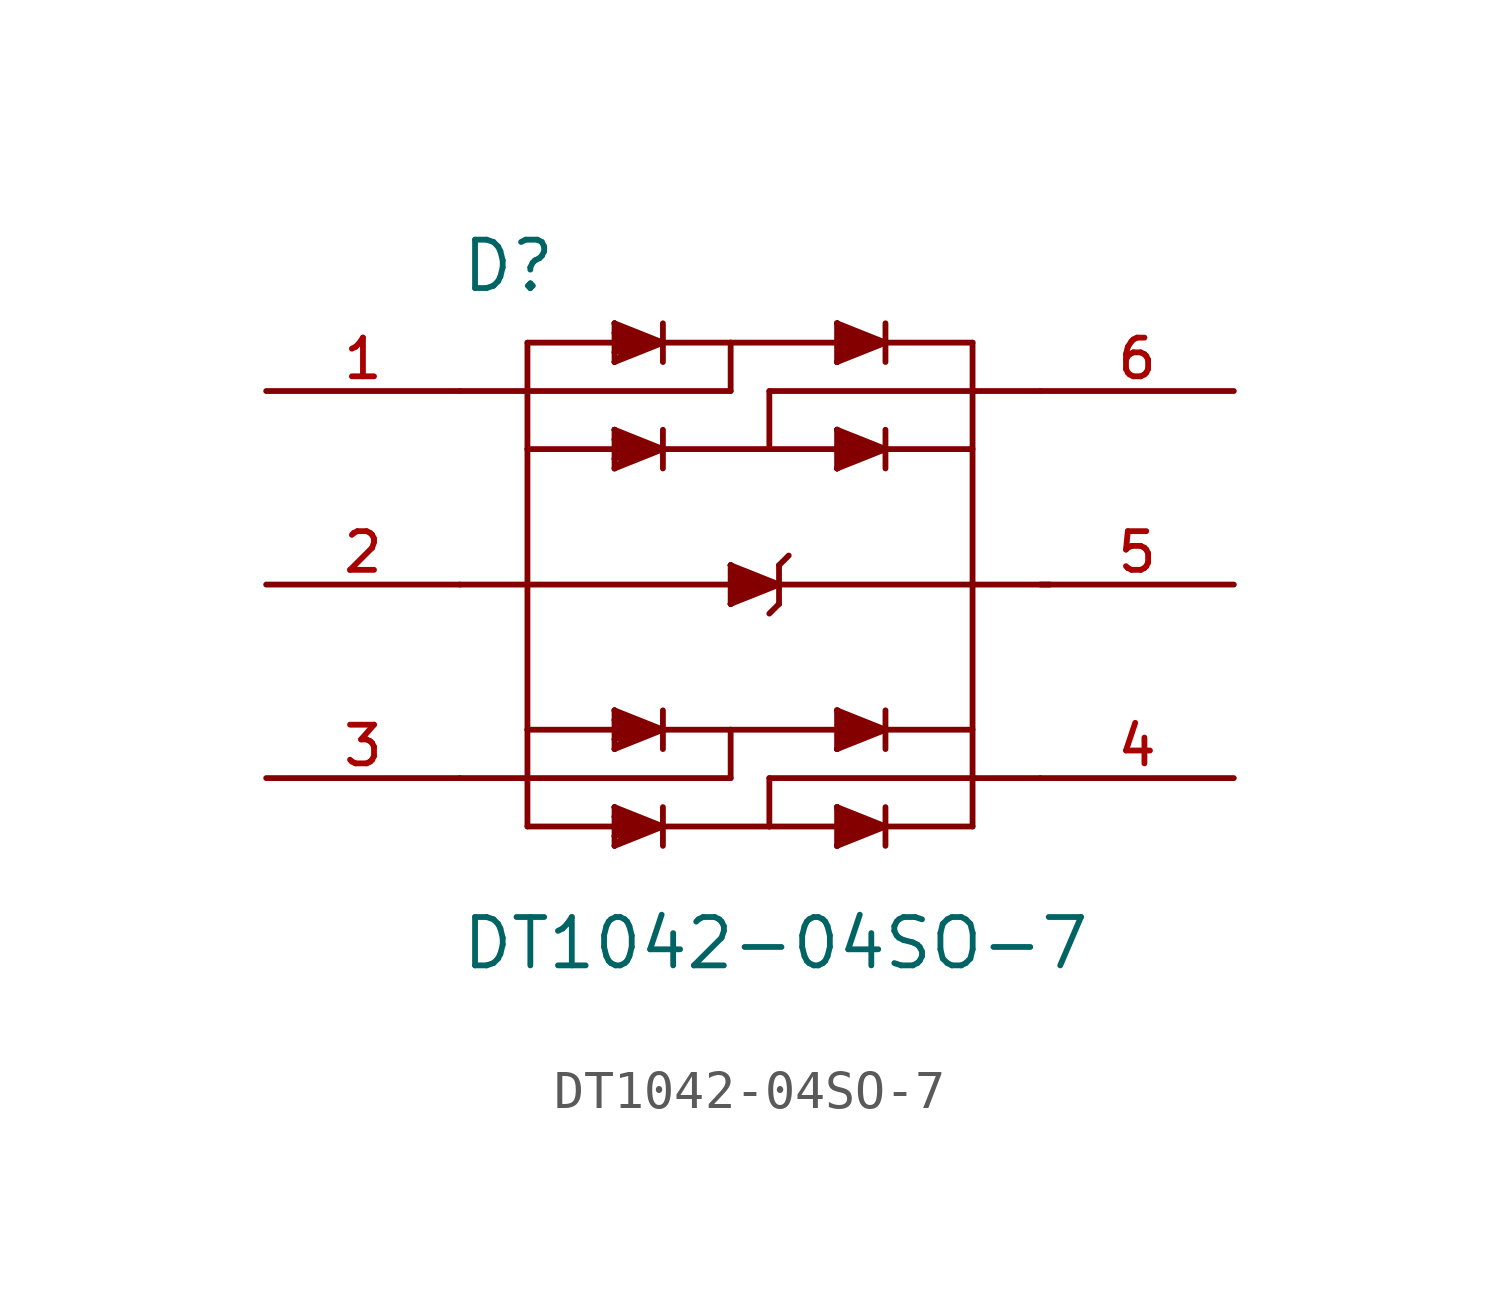
<source format=kicad_sym>
(kicad_symbol_lib
  (version 20211014)
  (generator kicad_symbol_editor)
  (symbol "DT1042-04SO-7"
    (pin_names
      (offset 1.016))
    (property "Reference" "D"
      (at -7.62 7.62 0)
      (effects (font (size 1.27 1.27)) (justify bottom left)))
    (property "Value" "DT1042-04SO-7"
      (at -7.62 -10.16 0)
      (effects (font (size 1.27 1.27)) (justify bottom left)))
    (symbol "DT1042-04SO-7_0_0"
      (polyline (pts (xy -5.842 6.35) (xy -3.556 6.35)) (stroke (width 0.152)))
      (polyline (pts (xy -3.556 6.35) (xy -3.048 6.35)) (stroke (width 0.152)))
      (polyline (pts (xy -3.048 6.35) (xy -2.794 6.35)) (stroke (width 0.152)))
      (polyline (pts (xy -2.794 6.35) (xy -2.54 6.35)) (stroke (width 0.152)))
      (polyline (pts (xy -2.54 6.35) (xy -2.286 6.35)) (stroke (width 0.152)))
      (polyline (pts (xy -2.286 6.35) (xy -0.508 6.35)) (stroke (width 0.152)))
      (polyline (pts (xy -0.508 6.35) (xy 2.794 6.35)) (stroke (width 0.152)))
      (polyline (pts (xy 2.794 6.35) (xy 3.048 6.35)) (stroke (width 0.152)))
      (polyline (pts (xy 3.048 6.35) (xy 3.302 6.35)) (stroke (width 0.152)))
      (polyline (pts (xy 3.302 6.35) (xy 3.556 6.35)) (stroke (width 0.152)))
      (polyline (pts (xy 3.556 6.35) (xy 5.842 6.35)) (stroke (width 0.152)))
      (polyline (pts (xy 5.842 -6.35) (xy 0.508 -6.35)) (stroke (width 0.152)))
      (polyline (pts (xy 0.508 -6.35) (xy -5.842 -6.35)) (stroke (width 0.152)))
      (polyline (pts (xy -5.842 -6.35) (xy -5.842 -3.81)) (stroke (width 0.152)))
      (polyline (pts (xy -5.842 -3.81) (xy -5.842 0.0)) (stroke (width 0.152)))
      (polyline (pts (xy -5.842 0.0) (xy -5.842 3.556)) (stroke (width 0.152)))
      (polyline (pts (xy -5.842 3.556) (xy -5.842 6.35)) (stroke (width 0.152)))
      (polyline (pts (xy -5.842 0.0) (xy -7.62 0.0)) (stroke (width 0.152)))
      (polyline (pts (xy -5.842 0.0) (xy 7.874 0.0)) (stroke (width 0.152)))
      (polyline (pts (xy -5.842 3.556) (xy 0.508 3.556)) (stroke (width 0.152)))
      (polyline (pts (xy 0.508 3.556) (xy 5.842 3.556)) (stroke (width 0.152)))
      (polyline (pts (xy -5.842 -3.81) (xy -0.508 -3.81)) (stroke (width 0.152)))
      (polyline (pts (xy -0.508 -3.81) (xy 5.842 -3.81)) (stroke (width 0.152)))
      (polyline (pts (xy -3.556 6.858) (xy -3.556 6.604)) (stroke (width 0.152)))
      (polyline (pts (xy -3.556 6.604) (xy -3.556 6.35)) (stroke (width 0.152)))
      (polyline (pts (xy -3.556 6.35) (xy -3.556 6.096)) (stroke (width 0.152)))
      (polyline (pts (xy -3.556 5.842) (xy -2.286 6.35)) (stroke (width 0.152)))
      (polyline (pts (xy -2.286 6.35) (xy -3.556 6.858)) (stroke (width 0.152)))
      (polyline (pts (xy -2.286 6.858) (xy -2.286 5.842)) (stroke (width 0.152)))
      (polyline (pts (xy -7.62 5.08) (xy -0.508 5.08)) (stroke (width 0.152)))
      (polyline (pts (xy -0.508 5.08) (xy -0.508 6.35)) (stroke (width 0.152)))
      (polyline (pts (xy 0.508 3.556) (xy 0.508 5.08)) (stroke (width 0.152)))
      (polyline (pts (xy 0.508 5.08) (xy 7.62 5.08)) (stroke (width 0.152)))
      (polyline (pts (xy -7.62 -5.08) (xy -0.508 -5.08)) (stroke (width 0.152)))
      (polyline (pts (xy -0.508 -5.08) (xy -0.508 -3.81)) (stroke (width 0.152)))
      (polyline (pts (xy 0.508 -5.08) (xy 7.62 -5.08)) (stroke (width 0.152)))
      (polyline (pts (xy 0.508 -5.08) (xy 0.508 -6.35)) (stroke (width 0.152)))
      (polyline (pts (xy 2.286 6.858) (xy 2.286 5.842)) (stroke (width 0.152)))
      (polyline (pts (xy 2.286 5.842) (xy 3.556 6.35)) (stroke (width 0.152)))
      (polyline (pts (xy 3.556 6.35) (xy 2.286 6.858)) (stroke (width 0.152)))
      (polyline (pts (xy 3.556 6.858) (xy 3.556 5.842)) (stroke (width 0.152)))
      (polyline (pts (xy -3.556 6.604) (xy -3.302 6.604)) (stroke (width 0.152)))
      (polyline (pts (xy -3.302 6.604) (xy -3.048 6.604)) (stroke (width 0.152)))
      (polyline (pts (xy -3.048 6.604) (xy -2.54 6.35)) (stroke (width 0.152)))
      (polyline (pts (xy -2.54 6.35) (xy -3.302 6.096)) (stroke (width 0.152)))
      (polyline (pts (xy -3.302 6.096) (xy -3.302 6.604)) (stroke (width 0.152)))
      (polyline (pts (xy -3.302 6.604) (xy -2.794 6.35)) (stroke (width 0.152)))
      (polyline (pts (xy -2.794 6.35) (xy -3.556 6.096)) (stroke (width 0.152)))
      (polyline (pts (xy -3.556 6.096) (xy -3.556 5.842)) (stroke (width 0.152)))
      (polyline (pts (xy -3.556 5.842) (xy -3.302 6.096)) (stroke (width 0.152)))
      (polyline (pts (xy -3.302 6.096) (xy -3.048 6.35)) (stroke (width 0.152)))
      (polyline (pts (xy -3.048 6.35) (xy -3.556 6.858)) (stroke (width 0.152)))
      (polyline (pts (xy -3.556 6.858) (xy -3.302 6.096)) (stroke (width 0.152)))
      (polyline (pts (xy -3.302 6.096) (xy -3.556 6.35)) (stroke (width 0.152)))
      (polyline (pts (xy 2.286 6.858) (xy 2.54 6.096)) (stroke (width 0.152)))
      (polyline (pts (xy 2.54 6.096) (xy 2.794 6.604)) (stroke (width 0.152)))
      (polyline (pts (xy 2.794 6.604) (xy 3.302 6.35)) (stroke (width 0.152)))
      (polyline (pts (xy 3.302 6.35) (xy 2.794 6.096)) (stroke (width 0.152)))
      (polyline (pts (xy 2.794 6.096) (xy 2.54 6.604)) (stroke (width 0.152)))
      (polyline (pts (xy 2.54 6.604) (xy 2.286 5.842)) (stroke (width 0.152)))
      (polyline (pts (xy 2.286 5.842) (xy 3.048 6.35)) (stroke (width 0.152)))
      (polyline (pts (xy 3.048 6.35) (xy 2.286 6.858)) (stroke (width 0.152)))
      (polyline (pts (xy 2.286 6.858) (xy 2.794 6.35)) (stroke (width 0.152)))
      (polyline (pts (xy 2.794 6.35) (xy 2.286 5.842)) (stroke (width 0.152)))
      (polyline (pts (xy -3.556 3.556) (xy -3.048 3.556)) (stroke (width 0.152)))
      (polyline (pts (xy -3.048 3.556) (xy -2.794 3.556)) (stroke (width 0.152)))
      (polyline (pts (xy -2.794 3.556) (xy -2.54 3.556)) (stroke (width 0.152)))
      (polyline (pts (xy -2.54 3.556) (xy -2.286 3.556)) (stroke (width 0.152)))
      (polyline (pts (xy 2.794 3.556) (xy 3.048 3.556)) (stroke (width 0.152)))
      (polyline (pts (xy 3.048 3.556) (xy 3.302 3.556)) (stroke (width 0.152)))
      (polyline (pts (xy 3.302 3.556) (xy 3.556 3.556)) (stroke (width 0.152)))
      (polyline (pts (xy -3.556 4.064) (xy -3.556 3.81)) (stroke (width 0.152)))
      (polyline (pts (xy -3.556 3.81) (xy -3.556 3.556)) (stroke (width 0.152)))
      (polyline (pts (xy -3.556 3.556) (xy -3.556 3.302)) (stroke (width 0.152)))
      (polyline (pts (xy -3.556 3.048) (xy -2.286 3.556)) (stroke (width 0.152)))
      (polyline (pts (xy -2.286 3.556) (xy -3.556 4.064)) (stroke (width 0.152)))
      (polyline (pts (xy -2.286 4.064) (xy -2.286 3.048)) (stroke (width 0.152)))
      (polyline (pts (xy 2.286 4.064) (xy 2.286 3.048)) (stroke (width 0.152)))
      (polyline (pts (xy 2.286 3.048) (xy 3.556 3.556)) (stroke (width 0.152)))
      (polyline (pts (xy 3.556 3.556) (xy 2.286 4.064)) (stroke (width 0.152)))
      (polyline (pts (xy 3.556 4.064) (xy 3.556 3.048)) (stroke (width 0.152)))
      (polyline (pts (xy -3.556 3.81) (xy -3.302 3.81)) (stroke (width 0.152)))
      (polyline (pts (xy -3.302 3.81) (xy -3.048 3.81)) (stroke (width 0.152)))
      (polyline (pts (xy -3.048 3.81) (xy -2.54 3.556)) (stroke (width 0.152)))
      (polyline (pts (xy -2.54 3.556) (xy -3.302 3.302)) (stroke (width 0.152)))
      (polyline (pts (xy -3.302 3.302) (xy -3.302 3.81)) (stroke (width 0.152)))
      (polyline (pts (xy -3.302 3.81) (xy -2.794 3.556)) (stroke (width 0.152)))
      (polyline (pts (xy -2.794 3.556) (xy -3.556 3.302)) (stroke (width 0.152)))
      (polyline (pts (xy -3.556 3.302) (xy -3.556 3.048)) (stroke (width 0.152)))
      (polyline (pts (xy -3.556 3.048) (xy -3.302 3.302)) (stroke (width 0.152)))
      (polyline (pts (xy -3.302 3.302) (xy -3.048 3.556)) (stroke (width 0.152)))
      (polyline (pts (xy -3.048 3.556) (xy -3.556 4.064)) (stroke (width 0.152)))
      (polyline (pts (xy -3.556 4.064) (xy -3.302 3.302)) (stroke (width 0.152)))
      (polyline (pts (xy -3.302 3.302) (xy -3.556 3.556)) (stroke (width 0.152)))
      (polyline (pts (xy 2.286 4.064) (xy 2.54 3.302)) (stroke (width 0.152)))
      (polyline (pts (xy 2.54 3.302) (xy 2.794 3.81)) (stroke (width 0.152)))
      (polyline (pts (xy 2.794 3.81) (xy 3.302 3.556)) (stroke (width 0.152)))
      (polyline (pts (xy 3.302 3.556) (xy 2.794 3.302)) (stroke (width 0.152)))
      (polyline (pts (xy 2.794 3.302) (xy 2.54 3.81)) (stroke (width 0.152)))
      (polyline (pts (xy 2.54 3.81) (xy 2.286 3.048)) (stroke (width 0.152)))
      (polyline (pts (xy 2.286 3.048) (xy 3.048 3.556)) (stroke (width 0.152)))
      (polyline (pts (xy 3.048 3.556) (xy 2.286 4.064)) (stroke (width 0.152)))
      (polyline (pts (xy 2.286 4.064) (xy 2.794 3.556)) (stroke (width 0.152)))
      (polyline (pts (xy 2.794 3.556) (xy 2.286 3.048)) (stroke (width 0.152)))
      (polyline (pts (xy -3.556 -3.81) (xy -3.048 -3.81)) (stroke (width 0.152)))
      (polyline (pts (xy -3.048 -3.81) (xy -2.794 -3.81)) (stroke (width 0.152)))
      (polyline (pts (xy -2.794 -3.81) (xy -2.54 -3.81)) (stroke (width 0.152)))
      (polyline (pts (xy -2.54 -3.81) (xy -2.286 -3.81)) (stroke (width 0.152)))
      (polyline (pts (xy 2.794 -3.81) (xy 3.048 -3.81)) (stroke (width 0.152)))
      (polyline (pts (xy 3.048 -3.81) (xy 3.302 -3.81)) (stroke (width 0.152)))
      (polyline (pts (xy 3.302 -3.81) (xy 3.556 -3.81)) (stroke (width 0.152)))
      (polyline (pts (xy -3.556 -3.302) (xy -3.556 -3.556)) (stroke (width 0.152)))
      (polyline (pts (xy -3.556 -3.556) (xy -3.556 -3.81)) (stroke (width 0.152)))
      (polyline (pts (xy -3.556 -3.81) (xy -3.556 -4.064)) (stroke (width 0.152)))
      (polyline (pts (xy -3.556 -4.318) (xy -2.286 -3.81)) (stroke (width 0.152)))
      (polyline (pts (xy -2.286 -3.81) (xy -3.556 -3.302)) (stroke (width 0.152)))
      (polyline (pts (xy -2.286 -3.302) (xy -2.286 -4.318)) (stroke (width 0.152)))
      (polyline (pts (xy 2.286 -3.302) (xy 2.286 -4.318)) (stroke (width 0.152)))
      (polyline (pts (xy 2.286 -4.318) (xy 3.556 -3.81)) (stroke (width 0.152)))
      (polyline (pts (xy 3.556 -3.81) (xy 2.286 -3.302)) (stroke (width 0.152)))
      (polyline (pts (xy 3.556 -3.302) (xy 3.556 -4.318)) (stroke (width 0.152)))
      (polyline (pts (xy -3.556 -3.556) (xy -3.302 -3.556)) (stroke (width 0.152)))
      (polyline (pts (xy -3.302 -3.556) (xy -3.048 -3.556)) (stroke (width 0.152)))
      (polyline (pts (xy -3.048 -3.556) (xy -2.54 -3.81)) (stroke (width 0.152)))
      (polyline (pts (xy -2.54 -3.81) (xy -3.302 -4.064)) (stroke (width 0.152)))
      (polyline (pts (xy -3.302 -4.064) (xy -3.302 -3.556)) (stroke (width 0.152)))
      (polyline (pts (xy -3.302 -3.556) (xy -2.794 -3.81)) (stroke (width 0.152)))
      (polyline (pts (xy -2.794 -3.81) (xy -3.556 -4.064)) (stroke (width 0.152)))
      (polyline (pts (xy -3.556 -4.064) (xy -3.556 -4.318)) (stroke (width 0.152)))
      (polyline (pts (xy -3.556 -4.318) (xy -3.302 -4.064)) (stroke (width 0.152)))
      (polyline (pts (xy -3.302 -4.064) (xy -3.048 -3.81)) (stroke (width 0.152)))
      (polyline (pts (xy -3.048 -3.81) (xy -3.556 -3.302)) (stroke (width 0.152)))
      (polyline (pts (xy -3.556 -3.302) (xy -3.302 -4.064)) (stroke (width 0.152)))
      (polyline (pts (xy -3.302 -4.064) (xy -3.556 -3.81)) (stroke (width 0.152)))
      (polyline (pts (xy 2.286 -3.302) (xy 2.54 -4.064)) (stroke (width 0.152)))
      (polyline (pts (xy 2.54 -4.064) (xy 2.794 -3.556)) (stroke (width 0.152)))
      (polyline (pts (xy 2.794 -3.556) (xy 3.302 -3.81)) (stroke (width 0.152)))
      (polyline (pts (xy 3.302 -3.81) (xy 2.794 -4.064)) (stroke (width 0.152)))
      (polyline (pts (xy 2.794 -4.064) (xy 2.54 -3.556)) (stroke (width 0.152)))
      (polyline (pts (xy 2.54 -3.556) (xy 2.286 -4.318)) (stroke (width 0.152)))
      (polyline (pts (xy 2.286 -4.318) (xy 3.048 -3.81)) (stroke (width 0.152)))
      (polyline (pts (xy 3.048 -3.81) (xy 2.286 -3.302)) (stroke (width 0.152)))
      (polyline (pts (xy 2.286 -3.302) (xy 2.794 -3.81)) (stroke (width 0.152)))
      (polyline (pts (xy 2.794 -3.81) (xy 2.286 -4.318)) (stroke (width 0.152)))
      (polyline (pts (xy -3.556 -6.35) (xy -3.048 -6.35)) (stroke (width 0.152)))
      (polyline (pts (xy -3.048 -6.35) (xy -2.794 -6.35)) (stroke (width 0.152)))
      (polyline (pts (xy -2.794 -6.35) (xy -2.54 -6.35)) (stroke (width 0.152)))
      (polyline (pts (xy -2.54 -6.35) (xy -2.286 -6.35)) (stroke (width 0.152)))
      (polyline (pts (xy 2.794 -6.35) (xy 3.048 -6.35)) (stroke (width 0.152)))
      (polyline (pts (xy 3.048 -6.35) (xy 3.302 -6.35)) (stroke (width 0.152)))
      (polyline (pts (xy 3.302 -6.35) (xy 3.556 -6.35)) (stroke (width 0.152)))
      (polyline (pts (xy -3.556 -5.842) (xy -3.556 -6.096)) (stroke (width 0.152)))
      (polyline (pts (xy -3.556 -6.096) (xy -3.556 -6.35)) (stroke (width 0.152)))
      (polyline (pts (xy -3.556 -6.35) (xy -3.556 -6.604)) (stroke (width 0.152)))
      (polyline (pts (xy -3.556 -6.858) (xy -2.286 -6.35)) (stroke (width 0.152)))
      (polyline (pts (xy -2.286 -6.35) (xy -3.556 -5.842)) (stroke (width 0.152)))
      (polyline (pts (xy -2.286 -5.842) (xy -2.286 -6.858)) (stroke (width 0.152)))
      (polyline (pts (xy 2.286 -5.842) (xy 2.286 -6.858)) (stroke (width 0.152)))
      (polyline (pts (xy 2.286 -6.858) (xy 3.556 -6.35)) (stroke (width 0.152)))
      (polyline (pts (xy 3.556 -6.35) (xy 2.286 -5.842)) (stroke (width 0.152)))
      (polyline (pts (xy 3.556 -5.842) (xy 3.556 -6.858)) (stroke (width 0.152)))
      (polyline (pts (xy -3.556 -6.096) (xy -3.302 -6.096)) (stroke (width 0.152)))
      (polyline (pts (xy -3.302 -6.096) (xy -3.048 -6.096)) (stroke (width 0.152)))
      (polyline (pts (xy -3.048 -6.096) (xy -2.54 -6.35)) (stroke (width 0.152)))
      (polyline (pts (xy -2.54 -6.35) (xy -3.302 -6.604)) (stroke (width 0.152)))
      (polyline (pts (xy -3.302 -6.604) (xy -3.302 -6.096)) (stroke (width 0.152)))
      (polyline (pts (xy -3.302 -6.096) (xy -2.794 -6.35)) (stroke (width 0.152)))
      (polyline (pts (xy -2.794 -6.35) (xy -3.556 -6.604)) (stroke (width 0.152)))
      (polyline (pts (xy -3.556 -6.604) (xy -3.556 -6.858)) (stroke (width 0.152)))
      (polyline (pts (xy -3.556 -6.858) (xy -3.302 -6.604)) (stroke (width 0.152)))
      (polyline (pts (xy -3.302 -6.604) (xy -3.048 -6.35)) (stroke (width 0.152)))
      (polyline (pts (xy -3.048 -6.35) (xy -3.556 -5.842)) (stroke (width 0.152)))
      (polyline (pts (xy -3.556 -5.842) (xy -3.302 -6.604)) (stroke (width 0.152)))
      (polyline (pts (xy -3.302 -6.604) (xy -3.556 -6.35)) (stroke (width 0.152)))
      (polyline (pts (xy 2.286 -5.842) (xy 2.54 -6.604)) (stroke (width 0.152)))
      (polyline (pts (xy 2.54 -6.604) (xy 2.794 -6.096)) (stroke (width 0.152)))
      (polyline (pts (xy 2.794 -6.096) (xy 3.302 -6.35)) (stroke (width 0.152)))
      (polyline (pts (xy 3.302 -6.35) (xy 2.794 -6.604)) (stroke (width 0.152)))
      (polyline (pts (xy 2.794 -6.604) (xy 2.54 -6.096)) (stroke (width 0.152)))
      (polyline (pts (xy 2.54 -6.096) (xy 2.286 -6.858)) (stroke (width 0.152)))
      (polyline (pts (xy 2.286 -6.858) (xy 3.048 -6.35)) (stroke (width 0.152)))
      (polyline (pts (xy 3.048 -6.35) (xy 2.286 -5.842)) (stroke (width 0.152)))
      (polyline (pts (xy 2.286 -5.842) (xy 2.794 -6.35)) (stroke (width 0.152)))
      (polyline (pts (xy 2.794 -6.35) (xy 2.286 -6.858)) (stroke (width 0.152)))
      (polyline (pts (xy 0.0 0.0) (xy 0.254 0.0)) (stroke (width 0.152)))
      (polyline (pts (xy 0.254 0.0) (xy 0.508 0.0)) (stroke (width 0.152)))
      (polyline (pts (xy 0.508 0.0) (xy 0.762 0.0)) (stroke (width 0.152)))
      (polyline (pts (xy -0.508 0.508) (xy -0.508 -0.508)) (stroke (width 0.152)))
      (polyline (pts (xy -0.508 -0.508) (xy 0.762 0.0)) (stroke (width 0.152)))
      (polyline (pts (xy 0.762 0.0) (xy -0.508 0.508)) (stroke (width 0.152)))
      (polyline (pts (xy 0.762 0.508) (xy 0.762 -0.508)) (stroke (width 0.152)))
      (polyline (pts (xy -0.508 0.508) (xy -0.254 -0.254)) (stroke (width 0.152)))
      (polyline (pts (xy -0.254 -0.254) (xy 0.0 0.254)) (stroke (width 0.152)))
      (polyline (pts (xy 0.0 0.254) (xy 0.508 0.0)) (stroke (width 0.152)))
      (polyline (pts (xy 0.508 0.0) (xy 0.0 -0.254)) (stroke (width 0.152)))
      (polyline (pts (xy 0.0 -0.254) (xy -0.254 0.254)) (stroke (width 0.152)))
      (polyline (pts (xy -0.254 0.254) (xy -0.508 -0.508)) (stroke (width 0.152)))
      (polyline (pts (xy -0.508 -0.508) (xy 0.254 0.0)) (stroke (width 0.152)))
      (polyline (pts (xy 0.254 0.0) (xy -0.508 0.508)) (stroke (width 0.152)))
      (polyline (pts (xy -0.508 0.508) (xy 0.0 0.0)) (stroke (width 0.152)))
      (polyline (pts (xy 0.0 0.0) (xy -0.508 -0.508)) (stroke (width 0.152)))
      (polyline (pts (xy 0.762 0.508) (xy 1.016 0.762)) (stroke (width 0.152)))
      (polyline (pts (xy 0.762 -0.508) (xy 0.508 -0.762)) (stroke (width 0.152)))
      (rectangle (start 5.842 -6.35) (end 5.842 6.35) (stroke (width 0.152)) (fill (type background)))
      (pin passive line (at -12.7 5.08 0) (length 5.08) (name "~" (effects (font (size 1.016 1.016)))) (number "1" (effects (font (size 1.016 1.016)))))
      (pin power_in line (at -12.7 0.0 0) (length 5.08) (name "~" (effects (font (size 1.016 1.016)))) (number "2" (effects (font (size 1.016 1.016)))))
      (pin passive line (at -12.7 -5.08 0) (length 5.08) (name "~" (effects (font (size 1.016 1.016)))) (number "3" (effects (font (size 1.016 1.016)))))
      (pin passive line (at 12.7 -5.08 180.0) (length 5.08) (name "~" (effects (font (size 1.016 1.016)))) (number "4" (effects (font (size 1.016 1.016)))))
      (pin power_in line (at 12.7 0.0 180.0) (length 5.08) (name "~" (effects (font (size 1.016 1.016)))) (number "5" (effects (font (size 1.016 1.016)))))
      (pin passive line (at 12.7 5.08 180.0) (length 5.08) (name "~" (effects (font (size 1.016 1.016)))) (number "6" (effects (font (size 1.016 1.016))))))))
</source>
